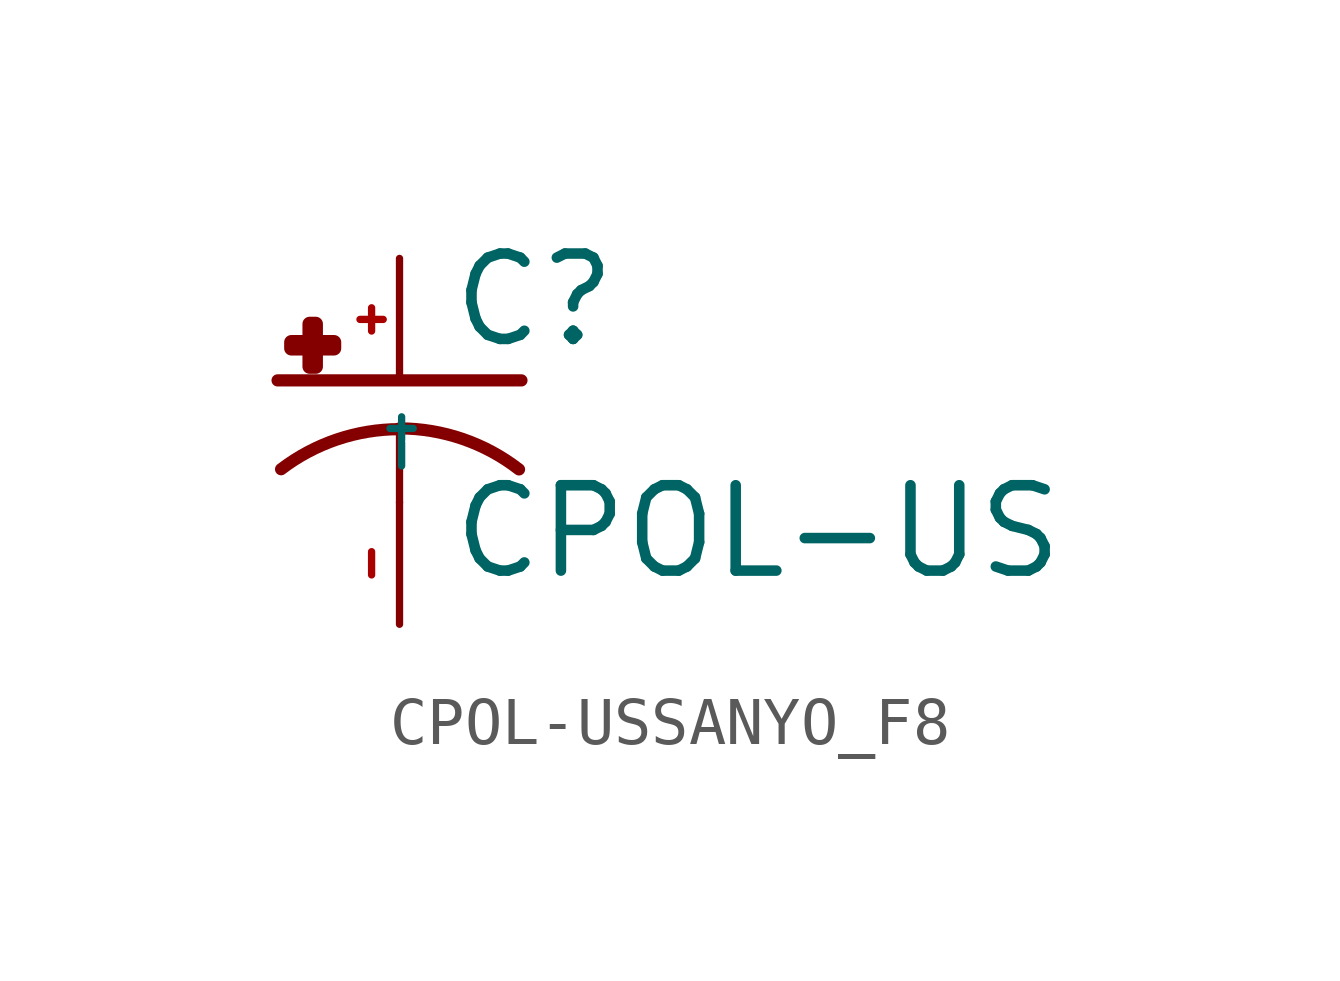
<source format=kicad_sym>
(kicad_symbol_lib
  (version 20220914)
  (generator Eagle2Kicad)
  (symbol "CPOL-USSANYO_F8"
    (property "Reference" "C"
      (at 1.016 0.635 0)
      (effects (font (size 1.778 1.778) (thickness 0.22)) (justify left bottom)))
    (property "Value" "CPOL-US"
      (at 1.016 -4.191 0)
      (effects (font (size 1.778 1.778) (thickness 0.22)) (justify left bottom)))
    (polyline
      (pts (xy -2.54 0) (xy 2.54 0))
      (stroke (width 0.254) (type default))
      (fill (type none)))
    (polyline
      (pts (xy 0 -1.016) (xy 0 -2.54))
      (stroke (width 0.152) (type default))
      (fill (type none)))
    (arc
      (start 2.4892 -1.8542)
      (mid 1.316 -1.220)
      (end 0 -1)
      (stroke (width 0.254) (type default))
      (fill (type none)))
    (arc
      (start 0 -1.0161)
      (mid -1.302 -1.230)
      (end -2.4669 -1.8504)
      (stroke (width 0.254) (type default))
      (fill (type none)))
    (rectangle
      (start -2.253 0.668)
      (end -1.364 0.795)
      (stroke (width 0.3) (type default))
      (fill (type outline)))
    (rectangle
      (start -1.872 0.287)
      (end -1.745 1.176)
      (stroke (width 0.3) (type default))
      (fill (type outline)))
    (pin passive line
      (at 0 2.54 270)
      (length 2.54)
      (name "+" (effects (font (size 0.635 0.635) (thickness 0.08)) (justify left bottom)))
      (number "+" (effects (font (size 0.635 0.635) (thickness 0.08)) (justify left bottom))))
    (pin passive line
      (at 0 -5.08 90)
      (length 2.54)
      (name "-" (effects (font (size 0.635 0.635) (thickness 0.08)) (justify left bottom)))
      (number "-" (effects (font (size 0.635 0.635) (thickness 0.08)) (justify left bottom))))))
</source>
